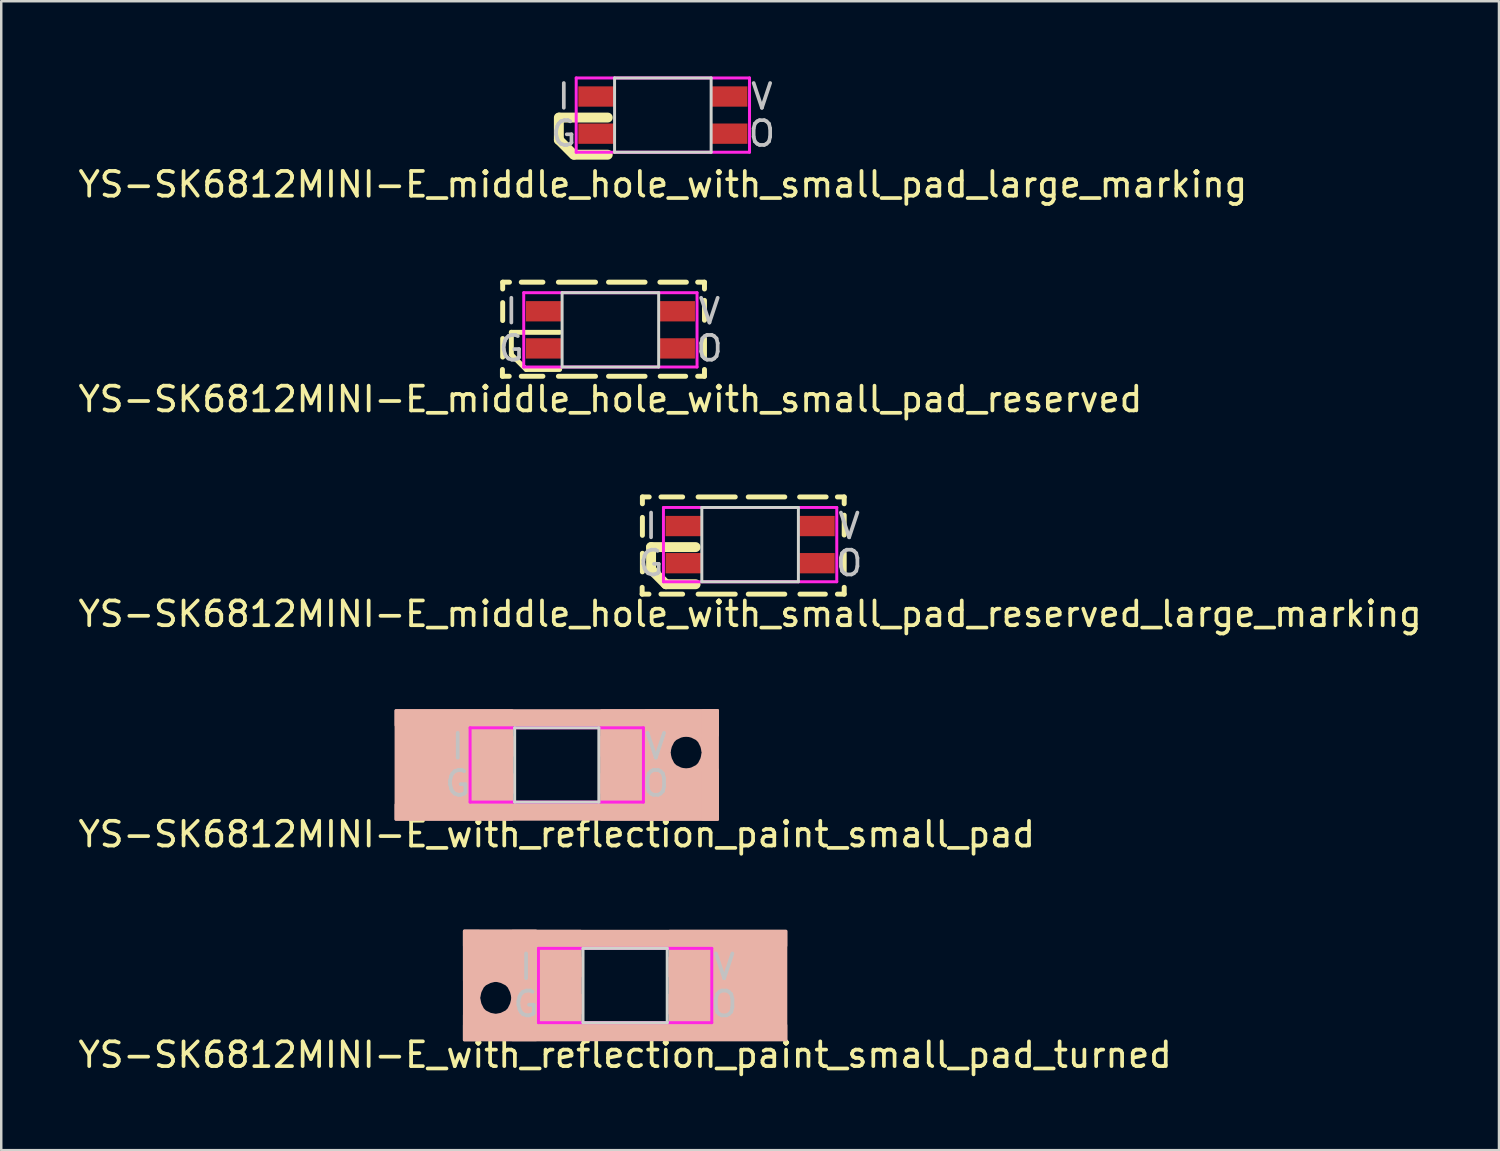
<source format=kicad_pcb>
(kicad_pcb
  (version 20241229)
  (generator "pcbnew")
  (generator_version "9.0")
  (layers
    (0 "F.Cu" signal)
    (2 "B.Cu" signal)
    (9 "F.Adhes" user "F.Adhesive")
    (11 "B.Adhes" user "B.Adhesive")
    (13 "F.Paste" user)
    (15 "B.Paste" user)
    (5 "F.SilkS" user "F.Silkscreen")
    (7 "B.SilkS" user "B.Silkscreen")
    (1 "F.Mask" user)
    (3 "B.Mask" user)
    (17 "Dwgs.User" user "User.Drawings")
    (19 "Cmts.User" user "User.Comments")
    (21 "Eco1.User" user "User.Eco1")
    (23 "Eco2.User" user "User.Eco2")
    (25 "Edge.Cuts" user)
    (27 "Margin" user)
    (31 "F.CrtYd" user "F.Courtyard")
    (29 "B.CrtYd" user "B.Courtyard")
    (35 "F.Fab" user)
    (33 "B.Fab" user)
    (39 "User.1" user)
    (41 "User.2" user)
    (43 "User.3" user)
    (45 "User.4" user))
  (footprint "YS-SK6812MINI-E_with_reflection_paint_small_pad"
    (layer "F.Cu")
    (at 19.435 27.843)
    (property "Reference" "YS-SK6812MINI-E_with_reflection_paint_small_pad" (at 0 2.8 0) (layer "F.SilkS") (effects (font (size 1 1) (thickness 0.15))))
    (attr through_hole)
    (fp_line (start -4 0.1) (end -4 1) (stroke (width 0.2) (type solid)) (layer "F.SilkS"))
    (fp_line (start -4 1) (end -3.4 1.6) (stroke (width 0.2) (type solid)) (layer "F.SilkS"))
    (fp_line (start -3.4 1.6) (end -1.9 1.6) (stroke (width 0.2) (type solid)) (layer "F.SilkS"))
    (fp_line (start -1.9 0.1) (end -4 0.1) (stroke (width 0.2) (type solid)) (layer "F.SilkS"))
    (fp_poly (pts (xy -1.8 2.2) (xy -6.5 2.2) (xy -6.5 -2.2) (xy -1.8 -2.2)) (stroke (width 0.1) (type solid)) (fill yes) (layer "B.SilkS"))
    (fp_poly (pts (xy 4.55 2.2) (xy 1.8 2.2) (xy 1.8 -2.2) (xy 4.55 -2.2)) (stroke (width 0.1) (type solid)) (fill yes) (layer "B.SilkS"))
    (fp_poly (pts (xy 6.5 -1.6) (xy -6.5 -1.6) (xy -6.5 -2.2) (xy 6.5 -2.2)) (stroke (width 0.1) (type solid)) (fill yes) (layer "B.SilkS"))
    (fp_poly (pts (xy 6.5 -1.19) (xy 3.6 -1.19) (xy 3.6 -2.2) (xy 6.5 -2.2)) (stroke (width 0.1) (type solid)) (fill yes) (layer "B.SilkS"))
    (fp_poly (pts (xy 6.5 2.2) (xy -6.5 2.2) (xy -6.5 1.6) (xy 6.5 1.6)) (stroke (width 0.1) (type solid)) (fill yes) (layer "B.SilkS"))
    (fp_poly (pts (xy 6.5 2.2) (xy 3.6 2.2) (xy 3.6 0.19) (xy 6.5 0.19)) (stroke (width 0.1) (type solid)) (fill yes) (layer "B.SilkS"))
    (fp_poly (pts (xy 6.5 2.2) (xy 5.9 2.2) (xy 5.9 -2.2) (xy 6.5 -2.2)) (stroke (width 0.1) (type solid)) (fill yes) (layer "B.SilkS"))
    (fp_poly (pts (xy 4.6 -0.25) (xy 4.7 -0.05) (xy 4.8 0.05) (xy 5 0.15) (xy 5.2 0.2) (xy 4.55 0.2) (xy 4.55 -0.45)) (stroke (width 0.1) (type solid)) (fill yes) (layer "B.SilkS"))
    (fp_poly (pts (xy 5 -1.15) (xy 4.8 -1.05) (xy 4.7 -0.95) (xy 4.6 -0.75) (xy 4.55 -0.55) (xy 4.55 -1.2) (xy 5.2 -1.2)) (stroke (width 0.1) (type solid)) (fill yes) (layer "B.SilkS"))
    (fp_poly (pts (xy 5.45 0.15) (xy 5.65 0.05) (xy 5.75 -0.05) (xy 5.85 -0.25) (xy 5.9 -0.45) (xy 5.9 0.2) (xy 5.25 0.2)) (stroke (width 0.1) (type solid)) (fill yes) (layer "B.SilkS"))
    (fp_poly (pts (xy 5.85 -0.75) (xy 5.75 -0.95) (xy 5.65 -1.05) (xy 5.45 -1.15) (xy 5.25 -1.2) (xy 5.9 -1.2) (xy 5.9 -0.55)) (stroke (width 0.1) (type solid)) (fill yes) (layer "B.SilkS"))
    (fp_line (start -1.7 -1.5) (end -1.7 1.5) (stroke (width 0.12) (type solid)) (layer "Edge.Cuts"))
    (fp_line (start -1.7 1.5) (end 1.7 1.5) (stroke (width 0.12) (type solid)) (layer "Edge.Cuts"))
    (fp_line (start 1.7 -1.5) (end -1.7 -1.5) (stroke (width 0.12) (type solid)) (layer "Edge.Cuts"))
    (fp_line (start 1.7 1.5) (end 1.7 -1.5) (stroke (width 0.12) (type solid)) (layer "Edge.Cuts"))
    (fp_line (start -3.5 -1.5) (end -3.5 1.5) (stroke (width 0.12) (type solid)) (layer "F.CrtYd"))
    (fp_line (start -3.5 1.5) (end 3.5 1.5) (stroke (width 0.12) (type solid)) (layer "F.CrtYd"))
    (fp_line (start 3.5 -1.5) (end -3.5 -1.5) (stroke (width 0.12) (type solid)) (layer "F.CrtYd"))
    (fp_line (start 3.5 1.5) (end 3.5 -1.5) (stroke (width 0.12) (type solid)) (layer "F.CrtYd"))
    (fp_text user "O" (at 4 0.75 0) (layer "Dwgs.User") (effects (font (size 1 1) (thickness 0.15))))
    (fp_text user "V" (at 4 -0.75 0) (layer "Dwgs.User") (effects (font (size 1 1) (thickness 0.15))))
    (fp_text user "G" (at -4 0.75 0) (layer "Dwgs.User") (effects (font (size 1 1) (thickness 0.15))))
    (fp_text user "I" (at -4 -0.75 0) (layer "Dwgs.User") (effects (font (size 1 1) (thickness 0.15))))
    (pad "1" smd rect (at 2.5 -0.75) (size 1.55 0.82) (layers "F.Cu" "F.Mask" "F.Paste"))
    (pad "2" smd rect (at 2.5 0.75) (size 1.55 0.82) (layers "F.Cu" "F.Mask" "F.Paste"))
    (pad "3" smd rect (at -2.5 0.75) (size 1.55 0.82) (layers "F.Cu" "F.Mask" "F.Paste"))
    (pad "4" smd rect (at -2.5 -0.75) (size 1.55 0.82) (layers "F.Cu" "F.Mask" "F.Paste")))
  (footprint "YS-SK6812MINI-E_middle_hole_with_small_pad_large_marking"
    (layer "F.Cu")
    (at 23.72 1.598)
    (property "Reference" "YS-SK6812MINI-E_middle_hole_with_small_pad_large_marking" (at 0 2.8 0) (layer "F.SilkS") (effects (font (size 1 1) (thickness 0.15))))
    (attr through_hole)
    (fp_line (start -4.2 0.1) (end -4.2 1) (stroke (width 0.4) (type solid)) (layer "F.SilkS"))
    (fp_line (start -4.2 1) (end -3.6 1.6) (stroke (width 0.4) (type solid)) (layer "F.SilkS"))
    (fp_line (start -3.575 1.6) (end -2.225 1.6) (stroke (width 0.4) (type solid)) (layer "F.SilkS"))
    (fp_line (start -2.225 0.1) (end -4.175 0.1) (stroke (width 0.4) (type solid)) (layer "F.SilkS"))
    (fp_line (start -1.95 -1.5) (end -1.95 1.5) (stroke (width 0.12) (type solid)) (layer "Edge.Cuts"))
    (fp_line (start -1.95 1.5) (end 1.95 1.5) (stroke (width 0.12) (type solid)) (layer "Edge.Cuts"))
    (fp_line (start 1.95 -1.5) (end -1.95 -1.5) (stroke (width 0.12) (type solid)) (layer "Edge.Cuts"))
    (fp_line (start 1.95 1.5) (end 1.95 -1.5) (stroke (width 0.12) (type solid)) (layer "Edge.Cuts"))
    (fp_line (start -3.5 -1.5) (end -3.5 1.5) (stroke (width 0.12) (type solid)) (layer "F.CrtYd"))
    (fp_line (start -3.5 1.5) (end 3.5 1.5) (stroke (width 0.12) (type solid)) (layer "F.CrtYd"))
    (fp_line (start 3.5 -1.5) (end -3.5 -1.5) (stroke (width 0.12) (type solid)) (layer "F.CrtYd"))
    (fp_line (start 3.5 1.5) (end 3.5 -1.5) (stroke (width 0.12) (type solid)) (layer "F.CrtYd"))
    (fp_text user "V" (at 4 -0.75 0) (layer "Dwgs.User") (effects (font (size 1 1) (thickness 0.15))))
    (fp_text user "O" (at 4 0.75 0) (layer "Dwgs.User") (effects (font (size 1 1) (thickness 0.15))))
    (fp_text user "I" (at -4 -0.75 0) (layer "Dwgs.User") (effects (font (size 1 1) (thickness 0.15))))
    (fp_text user "G" (at -4 0.75 0) (layer "Dwgs.User") (effects (font (size 1 1) (thickness 0.15))))
    (pad "1" smd rect (at 2.7 -0.75) (size 1.431 0.82) (layers "F.Cu" "F.Mask" "F.Paste"))
    (pad "2" smd rect (at 2.7 0.75) (size 1.431 0.82) (layers "F.Cu" "F.Mask" "F.Paste"))
    (pad "3" smd rect (at -2.7 0.75) (size 1.431 0.82) (layers "F.Cu" "F.Mask" "F.Paste"))
    (pad "4" smd rect (at -2.7 -0.75) (size 1.431 0.82) (layers "F.Cu" "F.Mask" "F.Paste")))
  (footprint "YS-SK6812MINI-E_middle_hole_with_small_pad_reserved_large_marking"
    (layer "F.Cu")
    (at 27.244 18.945)
    (property "Reference" "YS-SK6812MINI-E_middle_hole_with_small_pad_reserved_large_marking" (at 0 2.8 0) (layer "F.SilkS") (effects (font (size 1 1) (thickness 0.15))))
    (attr through_hole)
    (fp_line (start -4.36 2) (end -4.36 1.725) (stroke (width 0.2) (type solid)) (layer "F.SilkS"))
    (fp_line (start -4.36 2) (end -4.085 2) (stroke (width 0.2) (type solid)) (layer "F.SilkS"))
    (fp_line (start -4.35 -1.925) (end -4.35 -1.65) (stroke (width 0.2) (type solid)) (layer "F.SilkS"))
    (fp_line (start -4.35 -1.925) (end -4.075 -1.925) (stroke (width 0.2) (type solid)) (layer "F.SilkS"))
    (fp_line (start -4.35 -1.1) (end -4.35 -0.375) (stroke (width 0.2) (type solid)) (layer "F.SilkS"))
    (fp_line (start -4.35 0.35) (end -4.35 1.1) (stroke (width 0.2) (type solid)) (layer "F.SilkS"))
    (fp_line (start -4 0.1) (end -4 1) (stroke (width 0.4) (type solid)) (layer "F.SilkS"))
    (fp_line (start -4 1) (end -3.4 1.6) (stroke (width 0.4) (type solid)) (layer "F.SilkS"))
    (fp_line (start -3.6 -1.925) (end -2.725 -1.925) (stroke (width 0.2) (type solid)) (layer "F.SilkS"))
    (fp_line (start -3.6 2) (end -2.725 2) (stroke (width 0.2) (type solid)) (layer "F.SilkS"))
    (fp_line (start -3.4 1.6) (end -2.2 1.6) (stroke (width 0.4) (type solid)) (layer "F.SilkS"))
    (fp_line (start -2.2 0.1) (end -4 0.1) (stroke (width 0.4) (type solid)) (layer "F.SilkS"))
    (fp_line (start -0.6 -1.925) (end -2.1 -1.925) (stroke (width 0.2) (type solid)) (layer "F.SilkS"))
    (fp_line (start -0.6 2) (end -2.1 2) (stroke (width 0.2) (type solid)) (layer "F.SilkS"))
    (fp_line (start 1.4 -1.925) (end -0.075 -1.925) (stroke (width 0.2) (type solid)) (layer "F.SilkS"))
    (fp_line (start 1.4 2) (end -0.075 2) (stroke (width 0.2) (type solid)) (layer "F.SilkS"))
    (fp_line (start 3.04 2) (end 2.013 2) (stroke (width 0.2) (type solid)) (layer "F.SilkS"))
    (fp_line (start 3.07 -1.925) (end 2 -1.925) (stroke (width 0.2) (type solid)) (layer "F.SilkS"))
    (fp_line (start 3.8 -1.925) (end 3.525 -1.925) (stroke (width 0.2) (type solid)) (layer "F.SilkS"))
    (fp_line (start 3.8 -1.925) (end 3.8 -1.65) (stroke (width 0.2) (type solid)) (layer "F.SilkS"))
    (fp_line (start 3.8 -1.19) (end 3.8 -0.388) (stroke (width 0.2) (type solid)) (layer "F.SilkS"))
    (fp_line (start 3.8 0.338) (end 3.8 1.1) (stroke (width 0.2) (type solid)) (layer "F.SilkS"))
    (fp_line (start 3.8 2) (end 3.525 2) (stroke (width 0.2) (type solid)) (layer "F.SilkS"))
    (fp_line (start 3.8 2) (end 3.8 1.725) (stroke (width 0.2) (type solid)) (layer "F.SilkS"))
    (fp_line (start -1.95 -1.5) (end -1.95 1.5) (stroke (width 0.12) (type solid)) (layer "Edge.Cuts"))
    (fp_line (start -1.95 1.5) (end 1.95 1.5) (stroke (width 0.12) (type solid)) (layer "Edge.Cuts"))
    (fp_line (start 1.95 -1.5) (end -1.95 -1.5) (stroke (width 0.12) (type solid)) (layer "Edge.Cuts"))
    (fp_line (start 1.95 1.5) (end 1.95 -1.5) (stroke (width 0.12) (type solid)) (layer "Edge.Cuts"))
    (fp_line (start -3.5 -1.5) (end -3.5 1.5) (stroke (width 0.12) (type solid)) (layer "F.CrtYd"))
    (fp_line (start -3.5 1.5) (end 3.5 1.5) (stroke (width 0.12) (type solid)) (layer "F.CrtYd"))
    (fp_line (start 3.5 -1.5) (end -3.5 -1.5) (stroke (width 0.12) (type solid)) (layer "F.CrtYd"))
    (fp_line (start 3.5 1.5) (end 3.5 -1.5) (stroke (width 0.12) (type solid)) (layer "F.CrtYd"))
    (fp_text user "G" (at -4 0.75 0) (layer "Dwgs.User") (effects (font (size 1 1) (thickness 0.15))))
    (fp_text user "O" (at 4 0.75 0) (layer "Dwgs.User") (effects (font (size 1 1) (thickness 0.15))))
    (fp_text user "I" (at -4 -0.75 0) (layer "Dwgs.User") (effects (font (size 1 1) (thickness 0.15))))
    (fp_text user "V" (at 4 -0.75 0) (layer "Dwgs.User") (effects (font (size 1 1) (thickness 0.15))))
    (pad "1" smd rect (at 2.7 -0.75) (size 1.431 0.82) (layers "F.Cu" "F.Mask" "F.Paste"))
    (pad "2" smd rect (at 2.7 0.75) (size 1.431 0.82) (layers "F.Cu" "F.Mask" "F.Paste"))
    (pad "3" smd rect (at -2.7 0.75) (size 1.431 0.82) (layers "F.Cu" "F.Mask" "F.Paste"))
    (pad "4" smd rect (at -2.7 -0.75) (size 1.431 0.82) (layers "F.Cu" "F.Mask" "F.Paste")))
  (footprint "YS-SK6812MINI-E_middle_hole_with_small_pad_reserved"
    (layer "F.Cu")
    (at 21.601 10.271)
    (property "Reference" "YS-SK6812MINI-E_middle_hole_with_small_pad_reserved" (at 0 2.8 0) (layer "F.SilkS") (effects (font (size 1 1) (thickness 0.15))))
    (attr through_hole)
    (fp_line (start -4.36 1.875) (end -4.36 1.6) (stroke (width 0.2) (type solid)) (layer "F.SilkS"))
    (fp_line (start -4.36 1.875) (end -4.085 1.875) (stroke (width 0.2) (type solid)) (layer "F.SilkS"))
    (fp_line (start -4.35 -1.925) (end -4.35 -1.65) (stroke (width 0.2) (type solid)) (layer "F.SilkS"))
    (fp_line (start -4.35 -1.925) (end -4.075 -1.925) (stroke (width 0.2) (type solid)) (layer "F.SilkS"))
    (fp_line (start -4.35 -1.1) (end -4.35 -0.375) (stroke (width 0.2) (type solid)) (layer "F.SilkS"))
    (fp_line (start -4.35 0.35) (end -4.35 1.1) (stroke (width 0.2) (type solid)) (layer "F.SilkS"))
    (fp_line (start -4 0.1) (end -4 1) (stroke (width 0.2) (type solid)) (layer "F.SilkS"))
    (fp_line (start -4 1) (end -3.4 1.6) (stroke (width 0.2) (type solid)) (layer "F.SilkS"))
    (fp_line (start -3.6 -1.925) (end -2.725 -1.925) (stroke (width 0.2) (type solid)) (layer "F.SilkS"))
    (fp_line (start -3.6 1.875) (end -2.725 1.875) (stroke (width 0.2) (type solid)) (layer "F.SilkS"))
    (fp_line (start -3.4 1.6) (end -2.05 1.6) (stroke (width 0.2) (type solid)) (layer "F.SilkS"))
    (fp_line (start -2.05 0.1) (end -4 0.1) (stroke (width 0.2) (type solid)) (layer "F.SilkS"))
    (fp_line (start -0.6 -1.925) (end -2.1 -1.925) (stroke (width 0.2) (type solid)) (layer "F.SilkS"))
    (fp_line (start -0.6 1.875) (end -2.1 1.875) (stroke (width 0.2) (type solid)) (layer "F.SilkS"))
    (fp_line (start 1.4 -1.925) (end -0.075 -1.925) (stroke (width 0.2) (type solid)) (layer "F.SilkS"))
    (fp_line (start 1.4 1.875) (end -0.075 1.875) (stroke (width 0.2) (type solid)) (layer "F.SilkS"))
    (fp_line (start 3.04 1.875) (end 2.013 1.875) (stroke (width 0.2) (type solid)) (layer "F.SilkS"))
    (fp_line (start 3.07 -1.925) (end 2 -1.925) (stroke (width 0.2) (type solid)) (layer "F.SilkS"))
    (fp_line (start 3.8 -1.925) (end 3.525 -1.925) (stroke (width 0.2) (type solid)) (layer "F.SilkS"))
    (fp_line (start 3.8 -1.925) (end 3.8 -1.65) (stroke (width 0.2) (type solid)) (layer "F.SilkS"))
    (fp_line (start 3.8 -1.19) (end 3.8 -0.388) (stroke (width 0.2) (type solid)) (layer "F.SilkS"))
    (fp_line (start 3.8 0.338) (end 3.8 1.1) (stroke (width 0.2) (type solid)) (layer "F.SilkS"))
    (fp_line (start 3.8 1.875) (end 3.525 1.875) (stroke (width 0.2) (type solid)) (layer "F.SilkS"))
    (fp_line (start 3.8 1.875) (end 3.8 1.6) (stroke (width 0.2) (type solid)) (layer "F.SilkS"))
    (fp_line (start -1.95 -1.5) (end -1.95 1.5) (stroke (width 0.12) (type solid)) (layer "Edge.Cuts"))
    (fp_line (start -1.95 1.5) (end 1.95 1.5) (stroke (width 0.12) (type solid)) (layer "Edge.Cuts"))
    (fp_line (start 1.95 -1.5) (end -1.95 -1.5) (stroke (width 0.12) (type solid)) (layer "Edge.Cuts"))
    (fp_line (start 1.95 1.5) (end 1.95 -1.5) (stroke (width 0.12) (type solid)) (layer "Edge.Cuts"))
    (fp_line (start -3.5 -1.5) (end -3.5 1.5) (stroke (width 0.12) (type solid)) (layer "F.CrtYd"))
    (fp_line (start -3.5 1.5) (end 3.5 1.5) (stroke (width 0.12) (type solid)) (layer "F.CrtYd"))
    (fp_line (start 3.5 -1.5) (end -3.5 -1.5) (stroke (width 0.12) (type solid)) (layer "F.CrtYd"))
    (fp_line (start 3.5 1.5) (end 3.5 -1.5) (stroke (width 0.12) (type solid)) (layer "F.CrtYd"))
    (fp_text user "G" (at -4 0.75 0) (layer "Dwgs.User") (effects (font (size 1 1) (thickness 0.15))))
    (fp_text user "I" (at -4 -0.75 0) (layer "Dwgs.User") (effects (font (size 1 1) (thickness 0.15))))
    (fp_text user "O" (at 4 0.75 0) (layer "Dwgs.User") (effects (font (size 1 1) (thickness 0.15))))
    (fp_text user "V" (at 4 -0.75 0) (layer "Dwgs.User") (effects (font (size 1 1) (thickness 0.15))))
    (pad "1" smd rect (at 2.7 -0.75) (size 1.431 0.82) (layers "F.Cu" "F.Mask" "F.Paste"))
    (pad "2" smd rect (at 2.7 0.75) (size 1.431 0.82) (layers "F.Cu" "F.Mask" "F.Paste"))
    (pad "3" smd rect (at -2.7 0.75) (size 1.431 0.82) (layers "F.Cu" "F.Mask" "F.Paste"))
    (pad "4" smd rect (at -2.7 -0.75) (size 1.431 0.82) (layers "F.Cu" "F.Mask" "F.Paste")))
  (footprint "YS-SK6812MINI-E_with_reflection_paint_small_pad_turned"
    (layer "F.Cu")
    (at 22.196 36.751)
    (property "Reference" "YS-SK6812MINI-E_with_reflection_paint_small_pad_turned" (at 0 2.8 0) (layer "F.SilkS") (effects (font (size 1 1) (thickness 0.15))))
    (attr through_hole)
    (fp_line (start -4 0.1) (end -4 1) (stroke (width 0.2) (type solid)) (layer "F.SilkS"))
    (fp_line (start -4 1) (end -3.4 1.6) (stroke (width 0.2) (type solid)) (layer "F.SilkS"))
    (fp_line (start -3.4 1.6) (end -1.9 1.6) (stroke (width 0.2) (type solid)) (layer "F.SilkS"))
    (fp_line (start -1.9 0.1) (end -4 0.1) (stroke (width 0.2) (type solid)) (layer "F.SilkS"))
    (fp_poly (pts (xy -5.9 2.2) (xy -6.5 2.2) (xy -6.5 -2.2) (xy -5.9 -2.2)) (stroke (width 0.1) (type solid)) (fill yes) (layer "B.SilkS"))
    (fp_poly (pts (xy -3.6 -0.2) (xy -6.5 -0.2) (xy -6.5 -2.21) (xy -3.6 -2.21)) (stroke (width 0.1) (type solid)) (fill yes) (layer "B.SilkS"))
    (fp_poly (pts (xy -3.6 2.2) (xy -6.5 2.2) (xy -6.5 1.19) (xy -3.6 1.19)) (stroke (width 0.1) (type solid)) (fill yes) (layer "B.SilkS"))
    (fp_poly (pts (xy -1.8 2.2) (xy -4.55 2.2) (xy -4.55 -2.2) (xy -1.8 -2.2)) (stroke (width 0.1) (type solid)) (fill yes) (layer "B.SilkS"))
    (fp_poly (pts (xy 6.5 -1.6) (xy -6.5 -1.6) (xy -6.5 -2.2) (xy 6.5 -2.2)) (stroke (width 0.1) (type solid)) (fill yes) (layer "B.SilkS"))
    (fp_poly (pts (xy 6.5 2.2) (xy -6.5 2.2) (xy -6.5 1.6) (xy 6.5 1.6)) (stroke (width 0.1) (type solid)) (fill yes) (layer "B.SilkS"))
    (fp_poly (pts (xy 6.5 2.2) (xy 1.8 2.2) (xy 1.8 -2.2) (xy 6.5 -2.2)) (stroke (width 0.1) (type solid)) (fill yes) (layer "B.SilkS"))
    (fp_poly (pts (xy -5.85 0.75) (xy -5.75 0.95) (xy -5.65 1.05) (xy -5.45 1.15) (xy -5.25 1.2) (xy -5.9 1.2) (xy -5.9 0.55)) (stroke (width 0.1) (type solid)) (fill yes) (layer "B.SilkS"))
    (fp_poly (pts (xy -5.45 -0.15) (xy -5.65 -0.05) (xy -5.75 0.05) (xy -5.85 0.25) (xy -5.9 0.45) (xy -5.9 -0.2) (xy -5.25 -0.2)) (stroke (width 0.1) (type solid)) (fill yes) (layer "B.SilkS"))
    (fp_poly (pts (xy -5 1.15) (xy -4.8 1.05) (xy -4.7 0.95) (xy -4.6 0.75) (xy -4.55 0.55) (xy -4.55 1.2) (xy -5.2 1.2)) (stroke (width 0.1) (type solid)) (fill yes) (layer "B.SilkS"))
    (fp_poly (pts (xy -4.6 0.25) (xy -4.7 0.05) (xy -4.8 -0.05) (xy -5 -0.15) (xy -5.2 -0.2) (xy -4.55 -0.2) (xy -4.55 0.45)) (stroke (width 0.1) (type solid)) (fill yes) (layer "B.SilkS"))
    (fp_line (start -1.7 -1.5) (end -1.7 1.5) (stroke (width 0.12) (type solid)) (layer "Edge.Cuts"))
    (fp_line (start -1.7 1.5) (end 1.7 1.5) (stroke (width 0.12) (type solid)) (layer "Edge.Cuts"))
    (fp_line (start 1.7 -1.5) (end -1.7 -1.5) (stroke (width 0.12) (type solid)) (layer "Edge.Cuts"))
    (fp_line (start 1.7 1.5) (end 1.7 -1.5) (stroke (width 0.12) (type solid)) (layer "Edge.Cuts"))
    (fp_line (start -3.5 -1.5) (end -3.5 1.5) (stroke (width 0.12) (type solid)) (layer "F.CrtYd"))
    (fp_line (start -3.5 1.5) (end 3.5 1.5) (stroke (width 0.12) (type solid)) (layer "F.CrtYd"))
    (fp_line (start 3.5 -1.5) (end -3.5 -1.5) (stroke (width 0.12) (type solid)) (layer "F.CrtYd"))
    (fp_line (start 3.5 1.5) (end 3.5 -1.5) (stroke (width 0.12) (type solid)) (layer "F.CrtYd"))
    (fp_text user "I" (at -4 -0.75 0) (layer "Dwgs.User") (effects (font (size 1 1) (thickness 0.15))))
    (fp_text user "V" (at 4 -0.75 0) (layer "Dwgs.User") (effects (font (size 1 1) (thickness 0.15))))
    (fp_text user "O" (at 4 0.75 0) (layer "Dwgs.User") (effects (font (size 1 1) (thickness 0.15))))
    (fp_text user "G" (at -4 0.75 0) (layer "Dwgs.User") (effects (font (size 1 1) (thickness 0.15))))
    (pad "1" smd rect (at 2.5 -0.75) (size 1.55 0.82) (layers "F.Cu" "F.Mask" "F.Paste"))
    (pad "2" smd rect (at 2.5 0.75) (size 1.55 0.82) (layers "F.Cu" "F.Mask" "F.Paste"))
    (pad "3" smd rect (at -2.5 0.75) (size 1.55 0.82) (layers "F.Cu" "F.Mask" "F.Paste"))
    (pad "4" smd rect (at -2.5 -0.75) (size 1.55 0.82) (layers "F.Cu" "F.Mask" "F.Paste")))
  (gr_rect
    (start -3 -3)
    (end 57.488 43.4)
    (stroke (width 0.1) (type default))
    (fill no)
    (layer "Edge.Cuts")))
</source>
